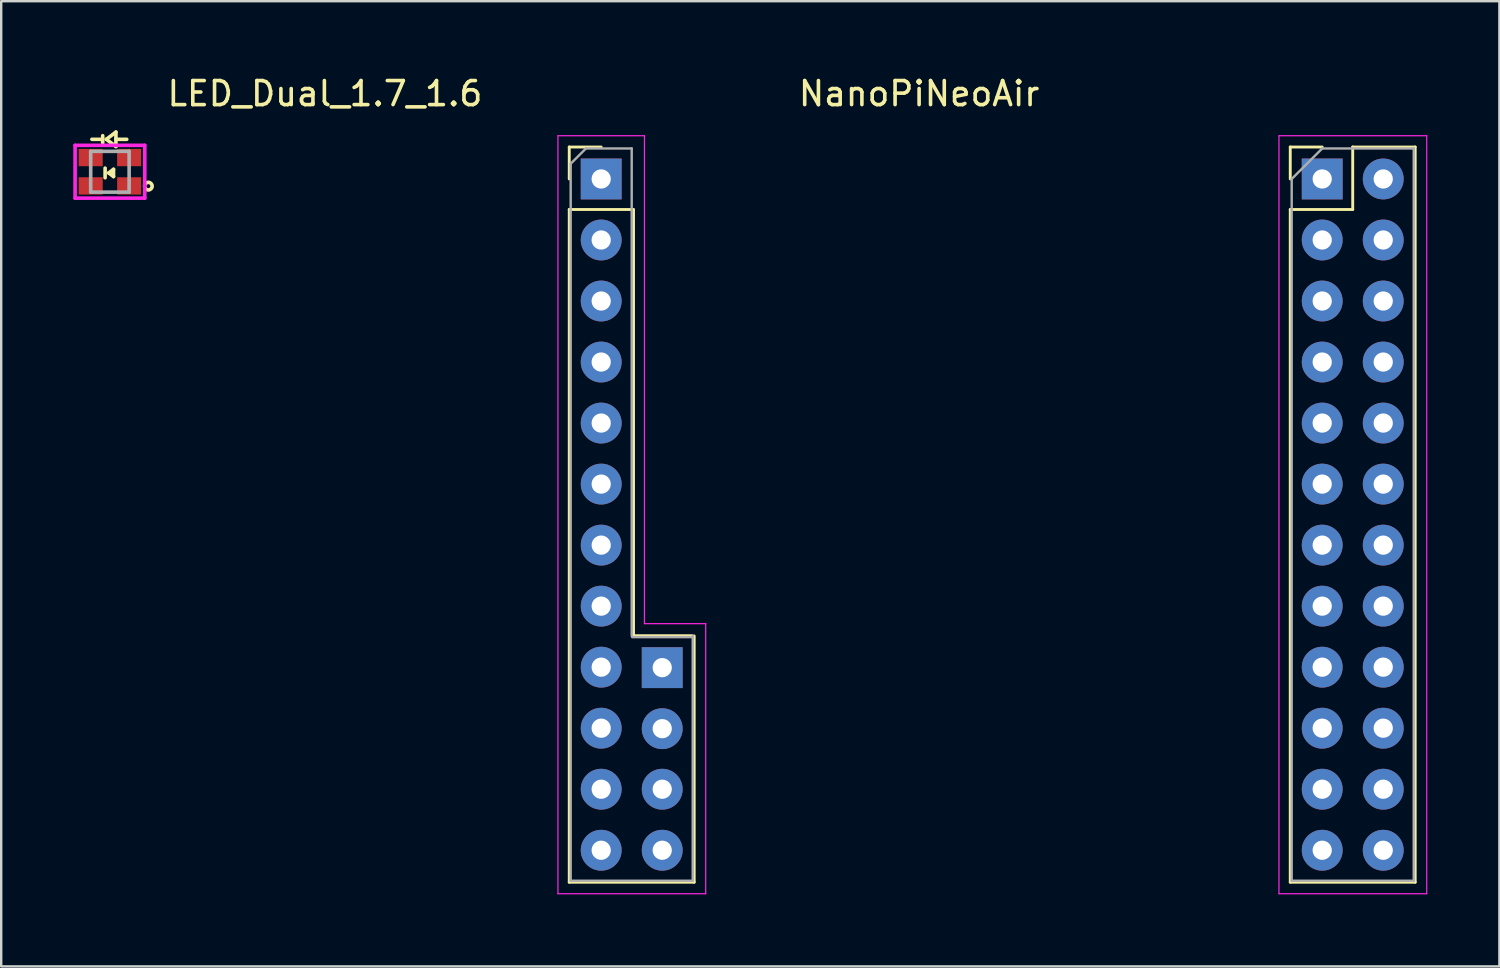
<source format=kicad_pcb>
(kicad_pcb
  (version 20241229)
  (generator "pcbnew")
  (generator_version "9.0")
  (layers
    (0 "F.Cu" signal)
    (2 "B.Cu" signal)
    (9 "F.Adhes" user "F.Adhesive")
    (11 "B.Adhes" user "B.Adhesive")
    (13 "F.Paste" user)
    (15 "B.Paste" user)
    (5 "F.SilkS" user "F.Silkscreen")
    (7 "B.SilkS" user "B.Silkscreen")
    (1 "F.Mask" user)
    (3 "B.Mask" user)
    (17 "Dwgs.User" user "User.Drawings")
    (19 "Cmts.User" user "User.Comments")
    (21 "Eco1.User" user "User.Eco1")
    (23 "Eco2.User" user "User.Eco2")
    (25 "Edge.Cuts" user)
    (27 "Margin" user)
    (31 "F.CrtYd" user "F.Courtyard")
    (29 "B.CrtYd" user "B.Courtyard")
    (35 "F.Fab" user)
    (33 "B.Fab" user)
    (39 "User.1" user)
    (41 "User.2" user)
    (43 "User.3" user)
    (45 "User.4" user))
  (footprint "NanoPiNeoAir"
    (layer "F.Cu")
    (at 38.253 18.374)
    (property "Reference" "NanoPiNeoAir" (at -3.048 -17.526 0) (layer "F.SilkS") (effects (font (size 1 1) (thickness 0.15))))
    (attr through_hole)
    (fp_line (start -17.61 -15.305) (end -16.28 -15.305) (stroke (width 0.12) (type solid)) (layer "F.SilkS"))
    (fp_line (start -17.61 -13.975) (end -17.61 -15.305) (stroke (width 0.12) (type solid)) (layer "F.SilkS"))
    (fp_line (start -17.61 -12.705) (end -17.61 15.295) (stroke (width 0.12) (type solid)) (layer "F.SilkS"))
    (fp_line (start -17.61 -12.705) (end -14.95 -12.705) (stroke (width 0.12) (type solid)) (layer "F.SilkS"))
    (fp_line (start -17.61 15.295) (end -12.41 15.295) (stroke (width 0.12) (type solid)) (layer "F.SilkS"))
    (fp_line (start -14.94 5.035) (end -12.49 5.035) (stroke (width 0.12) (type solid)) (layer "F.SilkS"))
    (fp_line (start -14.934 -12.705) (end -14.934 5.045) (stroke (width 0.12) (type solid)) (layer "F.SilkS"))
    (fp_line (start -12.41 5.045) (end -12.41 15.295) (stroke (width 0.12) (type solid)) (layer "F.SilkS"))
    (fp_line (start 12.4 -15.305) (end 13.73 -15.305) (stroke (width 0.12) (type solid)) (layer "F.SilkS"))
    (fp_line (start 12.4 -13.975) (end 12.4 -15.305) (stroke (width 0.12) (type solid)) (layer "F.SilkS"))
    (fp_line (start 12.4 -12.705) (end 12.4 15.295) (stroke (width 0.12) (type solid)) (layer "F.SilkS"))
    (fp_line (start 12.4 -12.705) (end 15 -12.705) (stroke (width 0.12) (type solid)) (layer "F.SilkS"))
    (fp_line (start 12.4 15.295) (end 17.6 15.295) (stroke (width 0.12) (type solid)) (layer "F.SilkS"))
    (fp_line (start 15 -15.305) (end 17.6 -15.305) (stroke (width 0.12) (type solid)) (layer "F.SilkS"))
    (fp_line (start 15 -12.705) (end 15 -15.305) (stroke (width 0.12) (type solid)) (layer "F.SilkS"))
    (fp_line (start 17.6 -15.305) (end 17.6 15.295) (stroke (width 0.12) (type solid)) (layer "F.SilkS"))
    (fp_line (start -18.08 -15.775) (end -18.08 15.775) (stroke (width 0.05) (type solid)) (layer "F.CrtYd"))
    (fp_line (start -18.08 15.775) (end -11.93 15.775) (stroke (width 0.05) (type solid)) (layer "F.CrtYd"))
    (fp_line (start -14.48 -15.775) (end -18.08 -15.775) (stroke (width 0.05) (type solid)) (layer "F.CrtYd"))
    (fp_line (start -14.48 4.535) (end -14.48 -15.775) (stroke (width 0.05) (type solid)) (layer "F.CrtYd"))
    (fp_line (start -11.93 4.535) (end -14.48 4.535) (stroke (width 0.05) (type solid)) (layer "F.CrtYd"))
    (fp_line (start -11.93 15.775) (end -11.93 4.535) (stroke (width 0.05) (type solid)) (layer "F.CrtYd"))
    (fp_line (start 11.93 -15.775) (end 11.93 15.775) (stroke (width 0.05) (type solid)) (layer "F.CrtYd"))
    (fp_line (start 11.93 15.775) (end 18.08 15.775) (stroke (width 0.05) (type solid)) (layer "F.CrtYd"))
    (fp_line (start 18.08 -15.775) (end 11.93 -15.775) (stroke (width 0.05) (type solid)) (layer "F.CrtYd"))
    (fp_line (start 18.08 15.775) (end 18.08 -15.775) (stroke (width 0.05) (type solid)) (layer "F.CrtYd"))
    (fp_line (start -17.55 -14.61) (end -16.915 -15.245) (stroke (width 0.1) (type solid)) (layer "F.Fab"))
    (fp_line (start -17.55 15.235) (end -17.55 -14.61) (stroke (width 0.1) (type solid)) (layer "F.Fab"))
    (fp_line (start -16.915 -15.245) (end -15.01 -15.245) (stroke (width 0.1) (type solid)) (layer "F.Fab"))
    (fp_line (start -15.01 -15.245) (end -15.01 5.045) (stroke (width 0.1) (type solid)) (layer "F.Fab"))
    (fp_line (start -14.99 5.095) (end -12.49 5.095) (stroke (width 0.1) (type solid)) (layer "F.Fab"))
    (fp_line (start -12.47 5.045) (end -12.47 15.235) (stroke (width 0.1) (type solid)) (layer "F.Fab"))
    (fp_line (start -12.47 15.235) (end -17.55 15.235) (stroke (width 0.1) (type solid)) (layer "F.Fab"))
    (fp_line (start 12.46 -13.975) (end 13.73 -15.245) (stroke (width 0.1) (type solid)) (layer "F.Fab"))
    (fp_line (start 12.46 15.235) (end 12.46 -13.975) (stroke (width 0.1) (type solid)) (layer "F.Fab"))
    (fp_line (start 13.73 -15.245) (end 17.54 -15.245) (stroke (width 0.1) (type solid)) (layer "F.Fab"))
    (fp_line (start 17.54 -15.245) (end 17.54 15.235) (stroke (width 0.1) (type solid)) (layer "F.Fab"))
    (fp_line (start 17.54 15.235) (end 12.46 15.235) (stroke (width 0.1) (type solid)) (layer "F.Fab"))
    (pad "1" thru_hole rect (at 13.73 -13.975) (size 1.7 1.7) (drill 0.8) (layers "*.Cu" "*.Mask"))
    (pad "2" thru_hole oval (at 16.27 -13.975) (size 1.7 1.7) (drill 0.8) (layers "*.Cu" "*.Mask"))
    (pad "3" thru_hole oval (at 13.73 -11.435) (size 1.7 1.7) (drill 0.8) (layers "*.Cu" "*.Mask"))
    (pad "4" thru_hole oval (at 16.27 -11.435) (size 1.7 1.7) (drill 0.8) (layers "*.Cu" "*.Mask"))
    (pad "5" thru_hole oval (at 13.73 -8.895) (size 1.7 1.7) (drill 0.8) (layers "*.Cu" "*.Mask"))
    (pad "6" thru_hole oval (at 16.27 -8.895) (size 1.7 1.7) (drill 0.8) (layers "*.Cu" "*.Mask"))
    (pad "7" thru_hole oval (at 13.73 -6.355) (size 1.7 1.7) (drill 0.8) (layers "*.Cu" "*.Mask"))
    (pad "8" thru_hole oval (at 16.27 -6.355) (size 1.7 1.7) (drill 0.8) (layers "*.Cu" "*.Mask"))
    (pad "9" thru_hole oval (at 13.73 -3.815) (size 1.7 1.7) (drill 0.8) (layers "*.Cu" "*.Mask"))
    (pad "10" thru_hole oval (at 16.27 -3.815) (size 1.7 1.7) (drill 0.8) (layers "*.Cu" "*.Mask"))
    (pad "11" thru_hole oval (at 13.73 -1.275) (size 1.7 1.7) (drill 0.8) (layers "*.Cu" "*.Mask"))
    (pad "12" thru_hole oval (at 16.27 -1.275) (size 1.7 1.7) (drill 0.8) (layers "*.Cu" "*.Mask"))
    (pad "13" thru_hole oval (at 13.73 1.265) (size 1.7 1.7) (drill 0.8) (layers "*.Cu" "*.Mask"))
    (pad "14" thru_hole oval (at 16.27 1.265) (size 1.7 1.7) (drill 0.8) (layers "*.Cu" "*.Mask"))
    (pad "15" thru_hole oval (at 13.73 3.805) (size 1.7 1.7) (drill 0.8) (layers "*.Cu" "*.Mask"))
    (pad "16" thru_hole oval (at 16.27 3.805) (size 1.7 1.7) (drill 0.8) (layers "*.Cu" "*.Mask"))
    (pad "17" thru_hole oval (at 13.73 6.345) (size 1.7 1.7) (drill 0.8) (layers "*.Cu" "*.Mask"))
    (pad "18" thru_hole oval (at 16.27 6.345) (size 1.7 1.7) (drill 0.8) (layers "*.Cu" "*.Mask"))
    (pad "19" thru_hole oval (at 13.73 8.885) (size 1.7 1.7) (drill 0.8) (layers "*.Cu" "*.Mask"))
    (pad "20" thru_hole oval (at 16.27 8.885) (size 1.7 1.7) (drill 0.8) (layers "*.Cu" "*.Mask"))
    (pad "21" thru_hole oval (at 13.73 11.425) (size 1.7 1.7) (drill 0.8) (layers "*.Cu" "*.Mask"))
    (pad "22" thru_hole oval (at 16.27 11.425) (size 1.7 1.7) (drill 0.8) (layers "*.Cu" "*.Mask"))
    (pad "23" thru_hole oval (at 13.73 13.965) (size 1.7 1.7) (drill 0.8) (layers "*.Cu" "*.Mask"))
    (pad "24" thru_hole oval (at 16.27 13.965) (size 1.7 1.7) (drill 0.8) (layers "*.Cu" "*.Mask"))
    (pad "31" thru_hole rect (at -16.28 -13.975) (size 1.7 1.7) (drill 0.8) (layers "*.Cu" "*.Mask"))
    (pad "32" thru_hole oval (at -16.28 -11.435) (size 1.7 1.7) (drill 0.8) (layers "*.Cu" "*.Mask"))
    (pad "33" thru_hole oval (at -16.28 -8.895) (size 1.7 1.7) (drill 0.8) (layers "*.Cu" "*.Mask"))
    (pad "34" thru_hole oval (at -16.28 -6.355) (size 1.7 1.7) (drill 0.8) (layers "*.Cu" "*.Mask"))
    (pad "35" thru_hole oval (at -16.28 -3.815) (size 1.7 1.7) (drill 0.8) (layers "*.Cu" "*.Mask"))
    (pad "36" thru_hole oval (at -16.28 -1.275) (size 1.7 1.7) (drill 0.8) (layers "*.Cu" "*.Mask"))
    (pad "37" thru_hole oval (at -16.28 1.265) (size 1.7 1.7) (drill 0.8) (layers "*.Cu" "*.Mask"))
    (pad "38" thru_hole oval (at -16.28 3.805) (size 1.7 1.7) (drill 0.8) (layers "*.Cu" "*.Mask"))
    (pad "39" thru_hole oval (at -16.28 6.345) (size 1.7 1.7) (drill 0.8) (layers "*.Cu" "*.Mask"))
    (pad "40" thru_hole oval (at -16.28 8.885) (size 1.7 1.7) (drill 0.8) (layers "*.Cu" "*.Mask"))
    (pad "41" thru_hole oval (at -16.28 11.425) (size 1.7 1.7) (drill 0.8) (layers "*.Cu" "*.Mask"))
    (pad "42" thru_hole oval (at -16.28 13.965) (size 1.7 1.7) (drill 0.8) (layers "*.Cu" "*.Mask"))
    (pad "51" thru_hole oval (at -13.74 13.965) (size 1.7 1.7) (drill 0.8) (layers "*.Cu" "*.Mask"))
    (pad "52" thru_hole oval (at -13.74 11.425) (size 1.7 1.7) (drill 0.8) (layers "*.Cu" "*.Mask"))
    (pad "53" thru_hole oval (at -13.74 8.905) (size 1.7 1.7) (drill 0.8) (layers "*.Cu" "*.Mask"))
    (pad "54" thru_hole rect (at -13.74 6.365) (size 1.7 1.7) (drill 0.8) (layers "*.Cu" "*.Mask")))
  (footprint "LED_Dual_1.7_1.6"
    (layer "F.Cu")
    (at 1.525 4.098)
    (property "Reference" "LED_Dual_1.7_1.6" (at 8.95 -3.25 0) (layer "F.SilkS") (effects (font (size 1 1) (thickness 0.15))))
    (attr through_hole)
    (fp_line (start -0.35 -1.35) (end -0.75 -1.35) (stroke (width 0.15) (type solid)) (layer "F.SilkS"))
    (fp_line (start -0.3 -1.5) (end -0.3 -1.2) (stroke (width 0.15) (type solid)) (layer "F.SilkS"))
    (fp_line (start -0.2 -0.15) (end -0.2 0.25) (stroke (width 0.15) (type solid)) (layer "F.SilkS"))
    (fp_line (start -0.15 -1.35) (end 0.25 -1.05) (stroke (width 0.15) (type solid)) (layer "F.SilkS"))
    (fp_line (start -0.05 0.05) (end 0.15 -0.1) (stroke (width 0.15) (type solid)) (layer "F.SilkS"))
    (fp_line (start 0.15 -0.1) (end 0.15 0.2) (stroke (width 0.15) (type solid)) (layer "F.SilkS"))
    (fp_line (start 0.15 0.2) (end -0.05 0.05) (stroke (width 0.15) (type solid)) (layer "F.SilkS"))
    (fp_line (start 0.25 -1.65) (end -0.15 -1.35) (stroke (width 0.15) (type solid)) (layer "F.SilkS"))
    (fp_line (start 0.25 -1.65) (end 0.25 -1.05) (stroke (width 0.15) (type solid)) (layer "F.SilkS"))
    (fp_line (start 0.25 -1.35) (end 0.7 -1.35) (stroke (width 0.15) (type solid)) (layer "F.SilkS"))
    (fp_circle (center 1.6 0.6) (end 1.75 0.65) (stroke (width 0.15) (type solid)) (fill no) (layer "F.SilkS"))
    (fp_line (start -1.45 -1.1) (end -1.45 1.1) (stroke (width 0.15) (type solid)) (layer "F.CrtYd"))
    (fp_line (start -1.45 1.1) (end 1.45 1.1) (stroke (width 0.15) (type solid)) (layer "F.CrtYd"))
    (fp_line (start 1.45 -1.1) (end -1.45 -1.1) (stroke (width 0.15) (type solid)) (layer "F.CrtYd"))
    (fp_line (start 1.45 1.1) (end 1.45 -1.1) (stroke (width 0.15) (type solid)) (layer "F.CrtYd"))
    (fp_line (start -0.8 -0.85) (end -0.8 0.85) (stroke (width 0.15) (type solid)) (layer "F.Fab"))
    (fp_line (start -0.8 -0.85) (end 0.8 -0.85) (stroke (width 0.15) (type solid)) (layer "F.Fab"))
    (fp_line (start -0.8 0.85) (end 0.8 0.85) (stroke (width 0.15) (type solid)) (layer "F.Fab"))
    (fp_line (start 0.8 0.85) (end 0.8 -0.85) (stroke (width 0.15) (type solid)) (layer "F.Fab"))
    (pad "1" smd rect (at 0.8 0.59) (size 1 0.72) (layers "F.Cu" "F.Mask" "F.Paste"))
    (pad "2" smd rect (at -0.8 0.59) (size 1 0.72) (layers "F.Cu" "F.Mask" "F.Paste"))
    (pad "3" smd rect (at -0.8 -0.59) (size 1 0.72) (layers "F.Cu" "F.Mask" "F.Paste"))
    (pad "4" smd rect (at 0.8 -0.59) (size 1 0.72) (layers "F.Cu" "F.Mask" "F.Paste")))
  (gr_rect
    (start -3 -3)
    (end 59.358 37.174)
    (stroke (width 0.1) (type default))
    (fill no)
    (layer "Edge.Cuts")))
</source>
